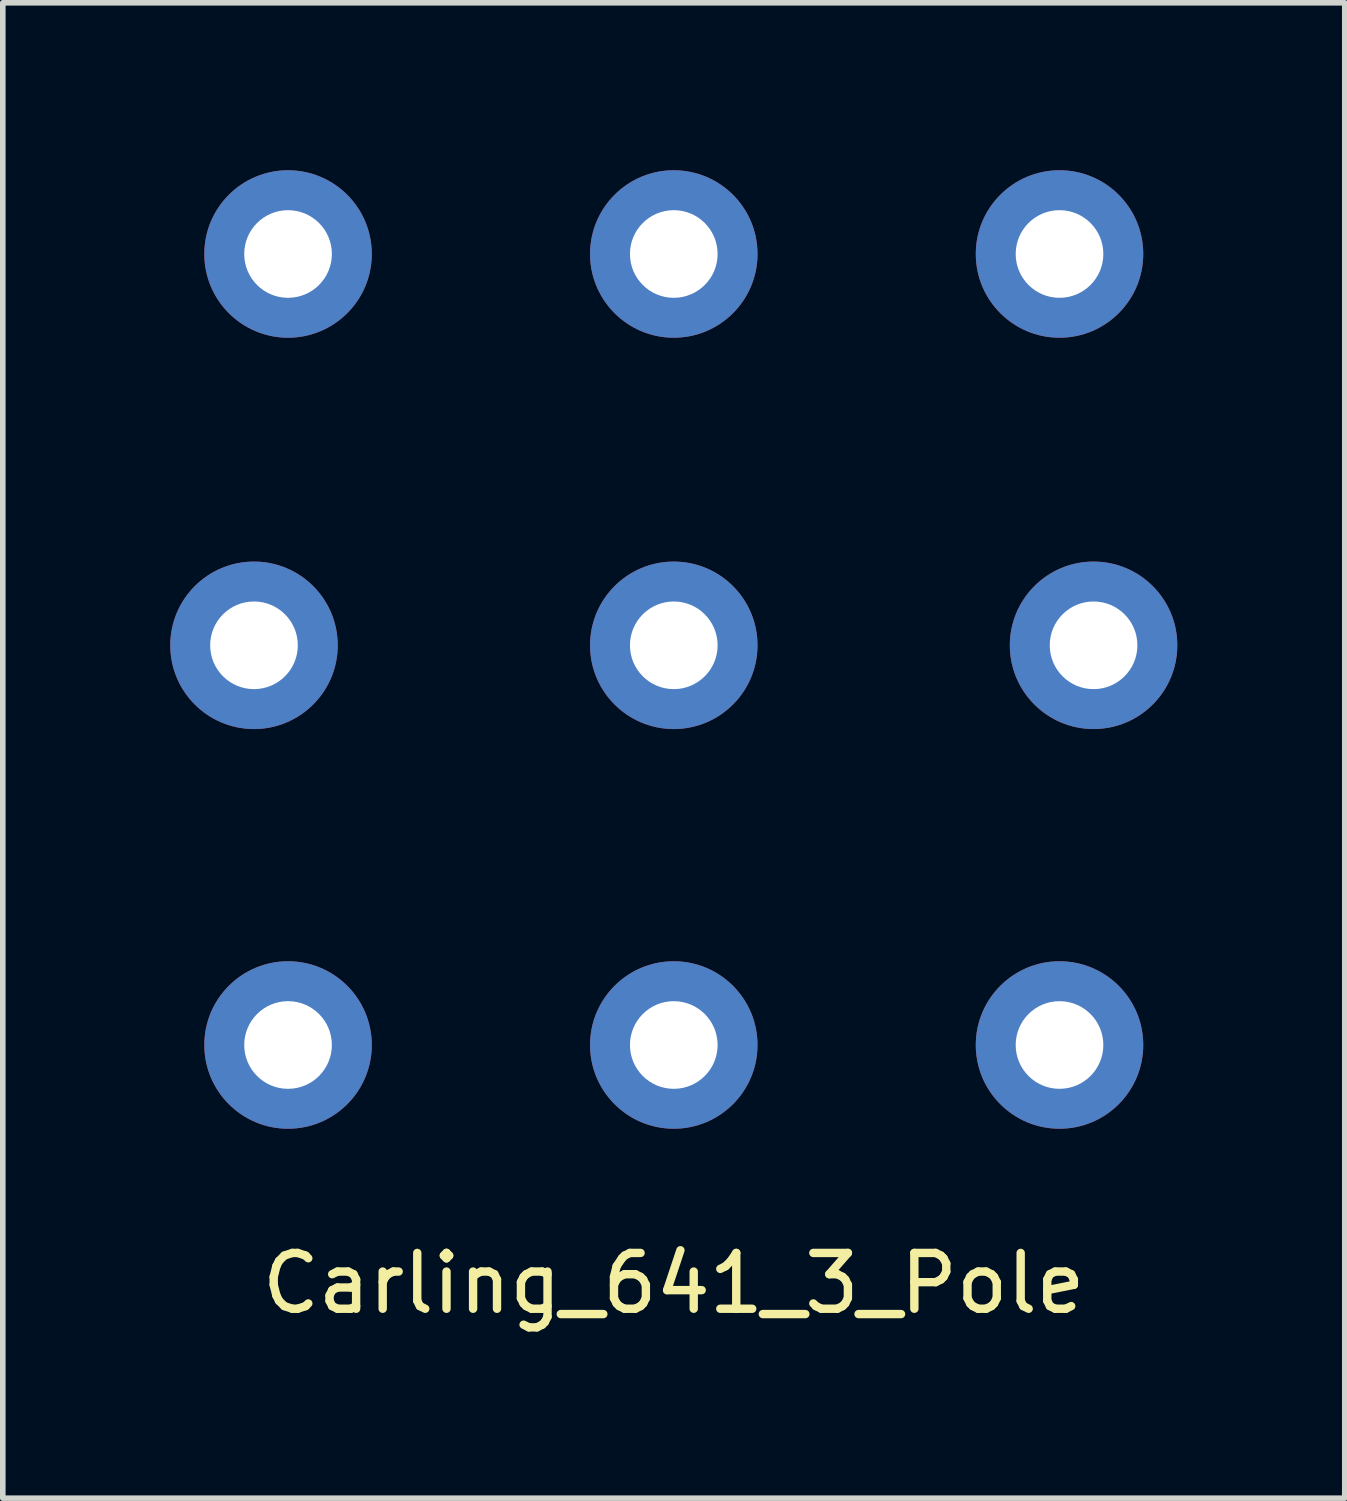
<source format=kicad_pcb>
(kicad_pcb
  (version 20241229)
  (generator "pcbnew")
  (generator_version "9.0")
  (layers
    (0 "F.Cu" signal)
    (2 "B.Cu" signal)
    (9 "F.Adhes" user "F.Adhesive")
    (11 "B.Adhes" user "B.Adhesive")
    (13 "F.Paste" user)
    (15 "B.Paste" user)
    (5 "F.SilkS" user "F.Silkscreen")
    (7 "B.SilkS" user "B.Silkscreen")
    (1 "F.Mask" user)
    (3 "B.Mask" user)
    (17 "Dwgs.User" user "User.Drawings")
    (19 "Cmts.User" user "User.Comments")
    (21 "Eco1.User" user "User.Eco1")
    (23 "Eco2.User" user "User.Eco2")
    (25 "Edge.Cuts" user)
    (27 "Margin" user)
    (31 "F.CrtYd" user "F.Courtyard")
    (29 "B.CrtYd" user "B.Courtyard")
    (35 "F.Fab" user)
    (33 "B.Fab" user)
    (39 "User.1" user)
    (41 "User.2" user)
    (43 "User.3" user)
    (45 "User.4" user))
  (footprint "Carling_641_3_Pole"
    (layer "F.Cu")
    (at 9.02 8.51)
    (property "Reference" "Carling_641_3_Pole" (at 0 11.43 0) (layer "F.SilkS") (effects (font (size 1 1) (thickness 0.15))))
    (attr through_hole)
    (pad "1" thru_hole circle (at -6.91 -7.01) (size 3 3) (drill 1.57) (layers "*.Cu" "*.Mask"))
    (pad "2" thru_hole circle (at 0 -7.01) (size 3 3) (drill 1.57) (layers "*.Cu" "*.Mask"))
    (pad "3" thru_hole circle (at 6.91 -7.01) (size 3 3) (drill 1.57) (layers "*.Cu" "*.Mask"))
    (pad "4" thru_hole circle (at -7.52 0) (size 3 3) (drill 1.57) (layers "*.Cu" "*.Mask"))
    (pad "5" thru_hole circle (at 0 0) (size 3 3) (drill 1.57) (layers "*.Cu" "*.Mask"))
    (pad "6" thru_hole circle (at 7.52 0) (size 3 3) (drill 1.57) (layers "*.Cu" "*.Mask"))
    (pad "7" thru_hole circle (at -6.91 7.16) (size 3 3) (drill 1.57) (layers "*.Cu" "*.Mask"))
    (pad "8" thru_hole circle (at 0 7.16) (size 3 3) (drill 1.57) (layers "*.Cu" "*.Mask"))
    (pad "9" thru_hole circle (at 6.91 7.16) (size 3 3) (drill 1.57) (layers "*.Cu" "*.Mask")))
  (gr_rect
    (start -3 -3)
    (end 21.04 23.788)
    (stroke (width 0.1) (type default))
    (fill no)
    (layer "Edge.Cuts")))
</source>
